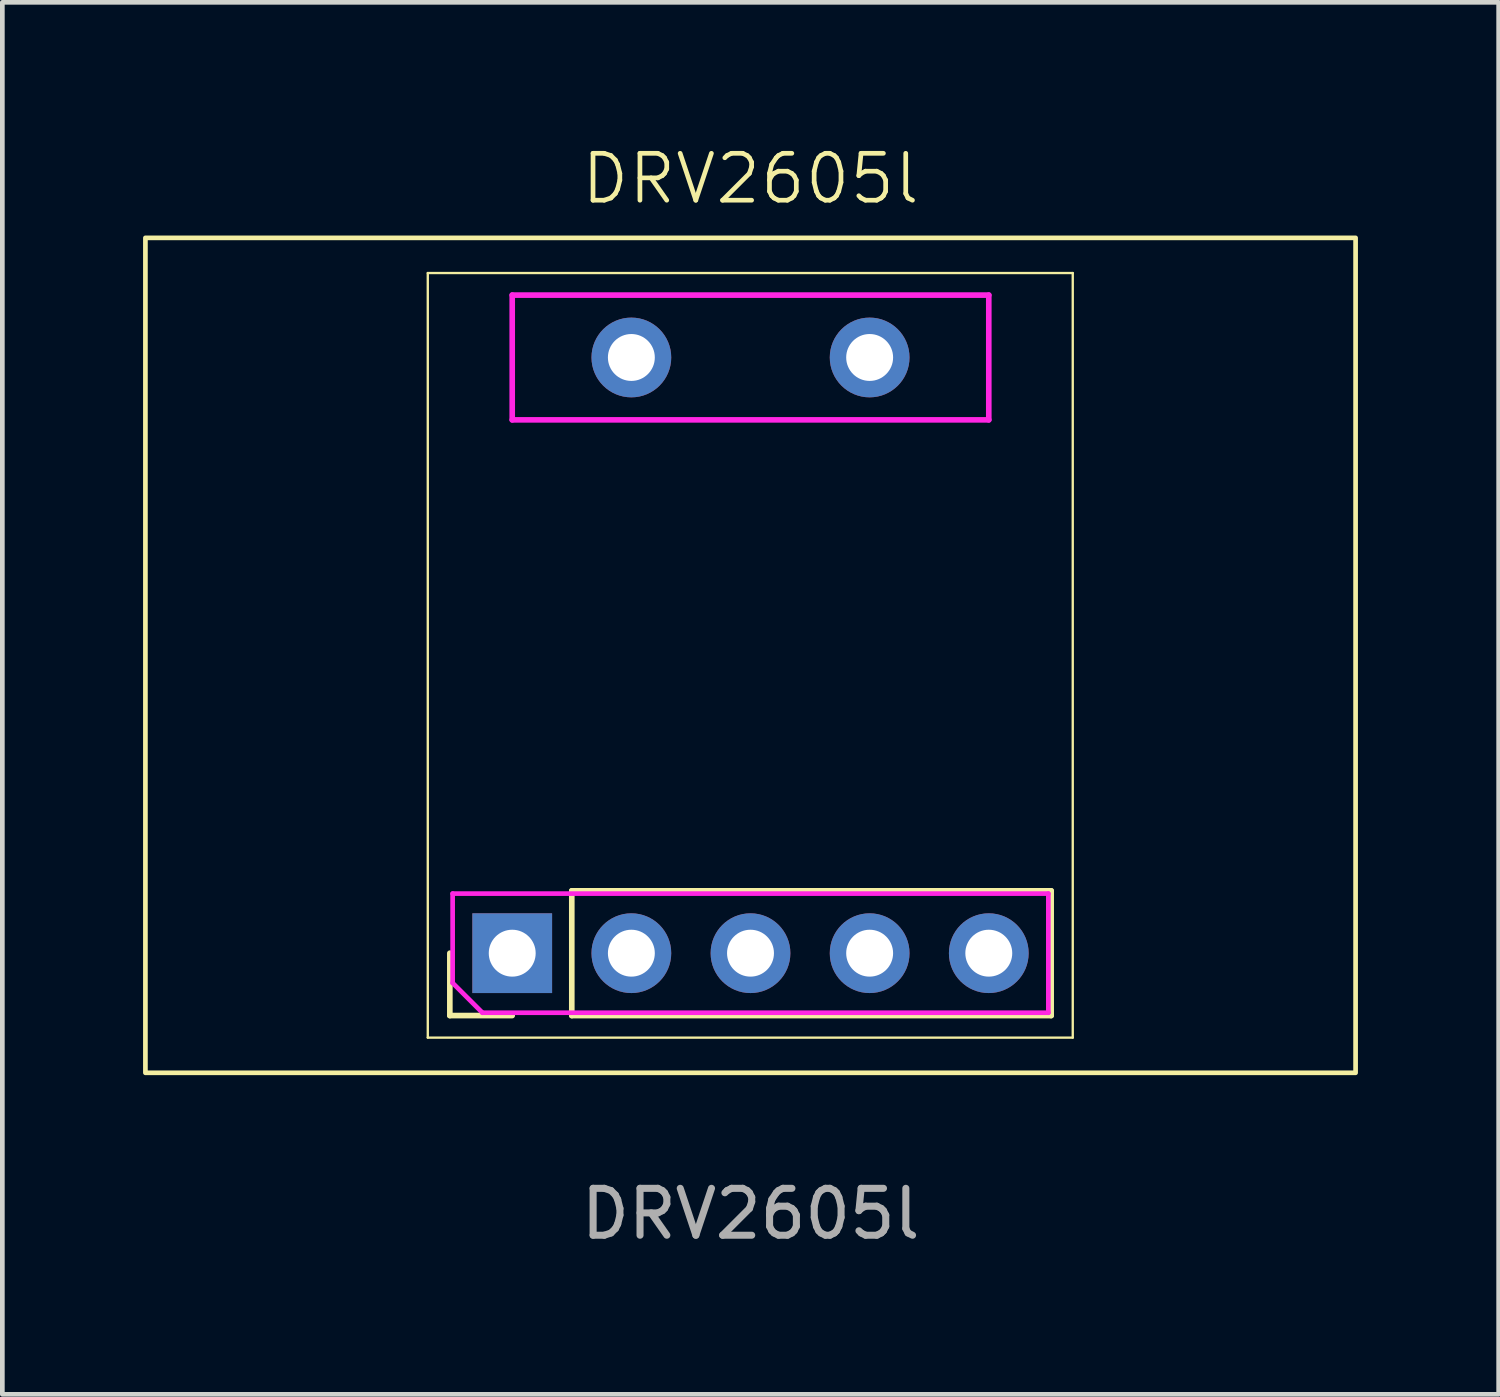
<source format=kicad_pcb>
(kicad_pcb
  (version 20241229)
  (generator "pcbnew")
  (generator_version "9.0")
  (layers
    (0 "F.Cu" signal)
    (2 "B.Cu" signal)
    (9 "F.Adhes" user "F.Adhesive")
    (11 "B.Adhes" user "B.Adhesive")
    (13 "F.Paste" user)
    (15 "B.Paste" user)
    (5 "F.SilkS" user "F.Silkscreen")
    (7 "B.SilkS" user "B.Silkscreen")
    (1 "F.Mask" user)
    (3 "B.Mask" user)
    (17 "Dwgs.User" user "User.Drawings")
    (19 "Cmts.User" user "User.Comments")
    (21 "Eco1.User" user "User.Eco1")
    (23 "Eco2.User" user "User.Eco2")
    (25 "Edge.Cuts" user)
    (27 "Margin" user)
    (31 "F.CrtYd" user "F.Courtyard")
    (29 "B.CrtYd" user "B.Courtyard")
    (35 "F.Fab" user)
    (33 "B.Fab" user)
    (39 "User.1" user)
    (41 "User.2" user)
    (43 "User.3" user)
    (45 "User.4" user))
  (footprint "DRV2605l"
    (layer "F.Cu")
    (at 12.95 10.921)
    (property "Reference" "DRV2605l" (at 0 -10.16 0) (unlocked yes) (layer "F.SilkS") (effects (font (size 1 1) (thickness 0.1))))
    (attr through_hole)
    (fp_line (start -6.88 -8.15) (end -6.88 8.15) (stroke (width 0.05) (type solid)) (layer "F.SilkS"))
    (fp_line (start -6.88 8.15) (end 6.87 8.15) (stroke (width 0.05) (type solid)) (layer "F.SilkS"))
    (fp_line (start -6.41 7.68) (end -6.41 6.35) (stroke (width 0.12) (type solid)) (layer "F.SilkS"))
    (fp_line (start -5.08 7.68) (end -6.41 7.68) (stroke (width 0.12) (type solid)) (layer "F.SilkS"))
    (fp_line (start -3.81 5.02) (end 6.41 5.02) (stroke (width 0.12) (type solid)) (layer "F.SilkS"))
    (fp_line (start -3.81 7.68) (end -3.81 5.02) (stroke (width 0.12) (type solid)) (layer "F.SilkS"))
    (fp_line (start -3.81 7.68) (end 6.41 7.68) (stroke (width 0.12) (type solid)) (layer "F.SilkS"))
    (fp_line (start 6.41 7.68) (end 6.41 5.02) (stroke (width 0.12) (type solid)) (layer "F.SilkS"))
    (fp_line (start 6.87 -8.15) (end -6.88 -8.15) (stroke (width 0.05) (type solid)) (layer "F.SilkS"))
    (fp_line (start 6.87 8.15) (end 6.87 -8.15) (stroke (width 0.05) (type solid)) (layer "F.SilkS"))
    (fp_rect (start -12.9 -8.9) (end 12.9 8.9) (stroke (width 0.1) (type default)) (fill no) (layer "F.SilkS"))
    (fp_line (start -6.35 5.08) (end 6.35 5.08) (stroke (width 0.1) (type solid)) (layer "F.CrtYd"))
    (fp_line (start -6.35 6.985) (end -6.35 5.08) (stroke (width 0.1) (type solid)) (layer "F.CrtYd"))
    (fp_line (start -5.715 7.62) (end -6.35 6.985) (stroke (width 0.1) (type solid)) (layer "F.CrtYd"))
    (fp_line (start -5.08 -7.68) (end 5.08 -7.68) (stroke (width 0.12) (type solid)) (layer "F.CrtYd"))
    (fp_line (start -5.08 -5.02) (end -5.08 -7.68) (stroke (width 0.12) (type solid)) (layer "F.CrtYd"))
    (fp_line (start -5.08 -5.02) (end 5.08 -5.02) (stroke (width 0.12) (type solid)) (layer "F.CrtYd"))
    (fp_line (start 5.08 -5.02) (end 5.08 -7.68) (stroke (width 0.12) (type solid)) (layer "F.CrtYd"))
    (fp_line (start 6.35 5.08) (end 6.35 7.62) (stroke (width 0.1) (type solid)) (layer "F.CrtYd"))
    (fp_line (start 6.35 7.62) (end -5.715 7.62) (stroke (width 0.1) (type solid)) (layer "F.CrtYd"))
    (fp_text user "${REFERENCE}" (at 0.002 11.908 0) (unlocked yes) (layer "F.Fab") (effects (font (size 1 1) (thickness 0.15))))
    (pad "1" thru_hole rect (at -5.08 6.35 90) (size 1.7 1.7) (drill 1) (layers "*.Cu" "*.Mask"))
    (pad "2" thru_hole oval (at -2.54 6.35 90) (size 1.7 1.7) (drill 1) (layers "*.Cu" "*.Mask"))
    (pad "3" thru_hole oval (at 0 6.35 90) (size 1.7 1.7) (drill 1) (layers "*.Cu" "*.Mask"))
    (pad "4" thru_hole oval (at 2.54 6.35 90) (size 1.7 1.7) (drill 1) (layers "*.Cu" "*.Mask"))
    (pad "5" thru_hole oval (at 5.08 6.35 90) (size 1.7 1.7) (drill 1) (layers "*.Cu" "*.Mask"))
    (pad "6" thru_hole oval (at -2.54 -6.35 90) (size 1.7 1.7) (drill 1) (layers "*.Cu" "*.Mask"))
    (pad "7" thru_hole oval (at 2.54 -6.35 90) (size 1.7 1.7) (drill 1) (layers "*.Cu" "*.Mask")))
  (gr_rect
    (start -3 -3)
    (end 28.9 26.676)
    (stroke (width 0.1) (type default))
    (fill no)
    (layer "Edge.Cuts")))
</source>
